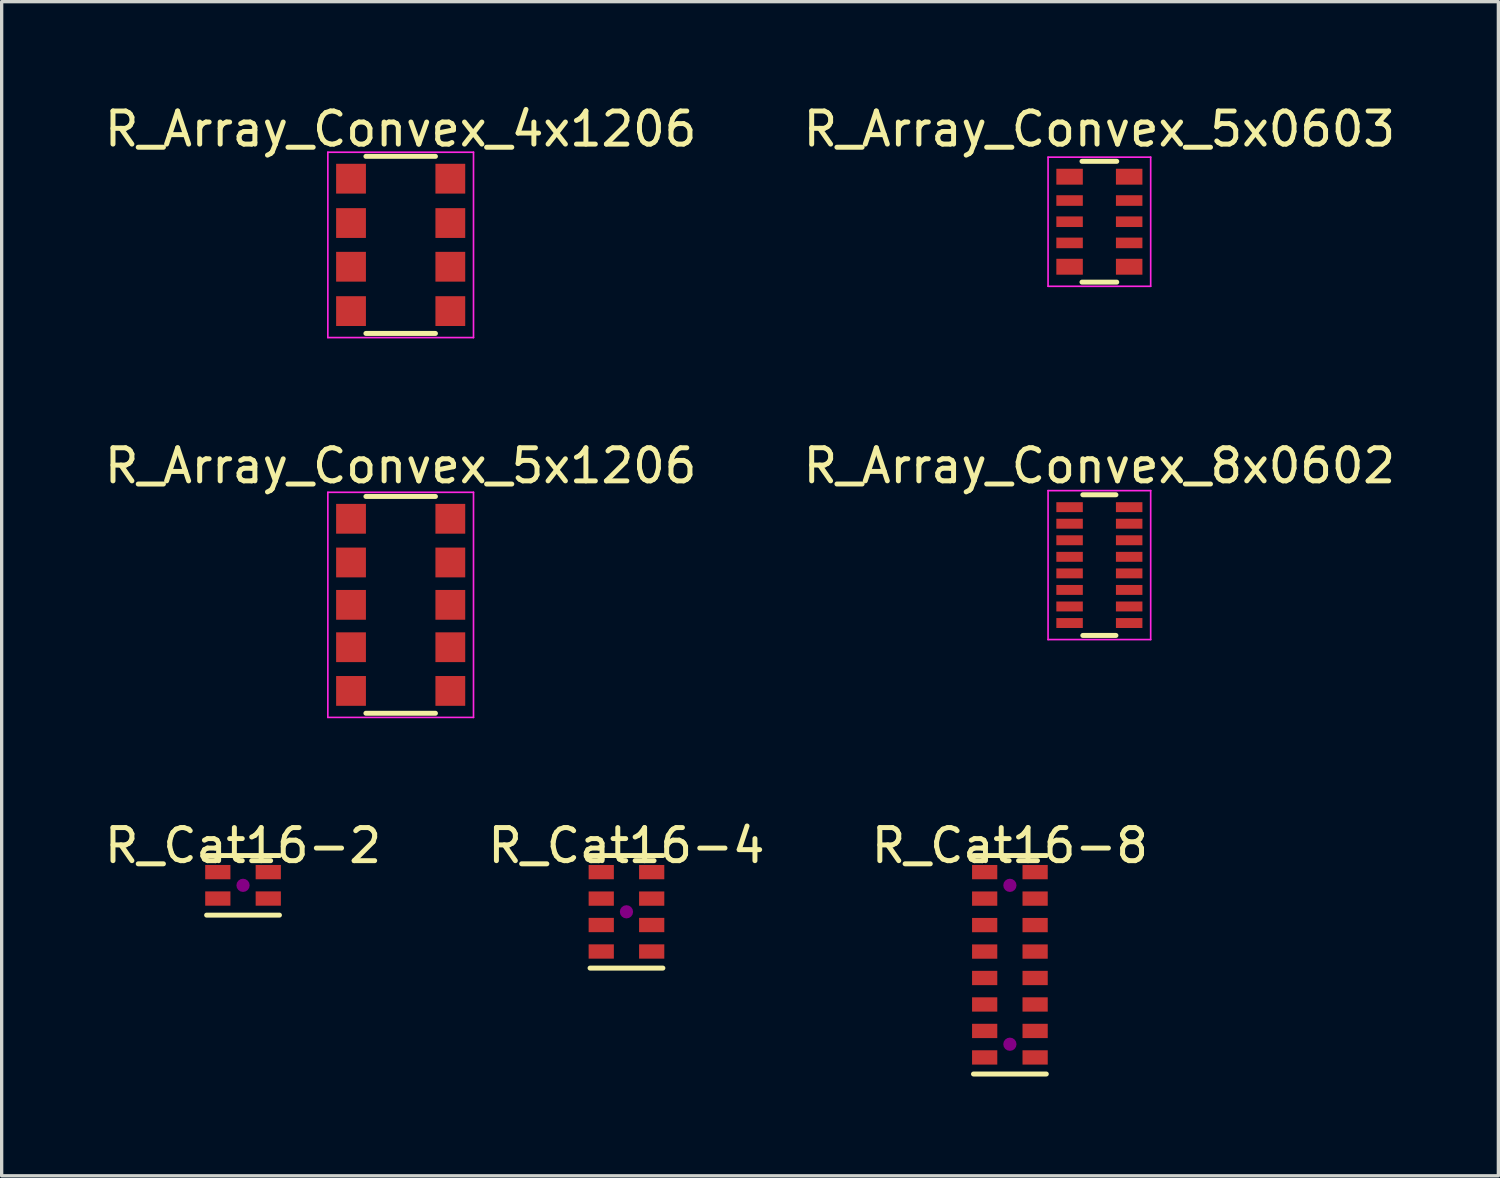
<source format=kicad_pcb>
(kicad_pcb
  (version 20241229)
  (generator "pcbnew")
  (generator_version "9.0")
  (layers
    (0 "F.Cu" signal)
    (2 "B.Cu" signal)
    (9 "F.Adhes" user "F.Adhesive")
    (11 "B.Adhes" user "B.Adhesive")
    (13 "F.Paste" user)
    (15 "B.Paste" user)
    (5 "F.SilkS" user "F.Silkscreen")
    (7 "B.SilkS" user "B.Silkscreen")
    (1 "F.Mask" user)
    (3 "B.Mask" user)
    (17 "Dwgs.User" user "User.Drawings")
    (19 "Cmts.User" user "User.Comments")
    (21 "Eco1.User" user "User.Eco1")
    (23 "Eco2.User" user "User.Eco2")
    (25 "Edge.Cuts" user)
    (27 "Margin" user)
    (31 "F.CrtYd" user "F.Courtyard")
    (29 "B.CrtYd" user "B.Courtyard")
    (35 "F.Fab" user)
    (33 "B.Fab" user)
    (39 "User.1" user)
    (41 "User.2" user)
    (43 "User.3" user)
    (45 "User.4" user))
  (footprint "R_Cat16-2"
    (layer "F.Cu")
    (at 4.292 23.695)
    (property "Reference" "R_Cat16-2" (at 0 -1.2 0) (layer "F.SilkS") (effects (font (size 1 1) (thickness 0.15))))
    (attr through_hole)
    (fp_line (start -1.1 -0.9) (end 1.1 -0.9) (stroke (width 0.15) (type solid)) (layer "F.SilkS"))
    (fp_line (start -1.1 0.9) (end 1.1 0.9) (stroke (width 0.15) (type solid)) (layer "F.SilkS"))
    (fp_circle (center 0 0) (end 0.1 0) (stroke (width 0.2) (type solid)) (fill no) (layer "F.Adhes"))
    (pad "1" smd rect (at 0.762 0.399) (size 0.762 0.432) (layers "F.Cu" "F.Mask" "F.Paste"))
    (pad "2" smd rect (at 0.762 -0.399) (size 0.762 0.432) (layers "F.Cu" "F.Mask" "F.Paste"))
    (pad "3" smd rect (at -0.762 -0.399) (size 0.762 0.432) (layers "F.Cu" "F.Mask" "F.Paste"))
    (pad "4" smd rect (at -0.762 0.399) (size 0.762 0.432) (layers "F.Cu" "F.Mask" "F.Paste")))
  (footprint "R_Array_Convex_5x1206"
    (layer "F.Cu")
    (at 9.054 15.222)
    (property "Reference" "R_Array_Convex_5x1206" (at 0 -4.2 0) (layer "F.SilkS") (effects (font (size 1 1) (thickness 0.15))))
    (attr smd)
    (fp_line (start 1.05 -3.275) (end -1.05 -3.275) (stroke (width 0.15) (type solid)) (layer "F.SilkS"))
    (fp_line (start 1.05 3.275) (end -1.05 3.275) (stroke (width 0.15) (type solid)) (layer "F.SilkS"))
    (fp_line (start -2.2 -3.4) (end -2.2 3.4) (stroke (width 0.05) (type solid)) (layer "F.CrtYd"))
    (fp_line (start -2.2 -3.4) (end 2.2 -3.4) (stroke (width 0.05) (type solid)) (layer "F.CrtYd"))
    (fp_line (start -2.2 3.4) (end 2.2 3.4) (stroke (width 0.05) (type solid)) (layer "F.CrtYd"))
    (fp_line (start 2.2 -3.4) (end 2.2 3.4) (stroke (width 0.05) (type solid)) (layer "F.CrtYd"))
    (pad "1" smd rect (at -1.5 -2.6) (size 0.9 0.9) (layers "F.Cu" "F.Mask" "F.Paste"))
    (pad "2" smd rect (at -1.5 -1.28) (size 0.9 0.9) (layers "F.Cu" "F.Mask" "F.Paste"))
    (pad "3" smd rect (at -1.5 0) (size 0.9 0.9) (layers "F.Cu" "F.Mask" "F.Paste"))
    (pad "4" smd rect (at -1.5 1.28) (size 0.9 0.9) (layers "F.Cu" "F.Mask" "F.Paste"))
    (pad "5" smd rect (at -1.5 2.6) (size 0.9 0.9) (layers "F.Cu" "F.Mask" "F.Paste"))
    (pad "6" smd rect (at 1.5 2.6) (size 0.9 0.9) (layers "F.Cu" "F.Mask" "F.Paste"))
    (pad "7" smd rect (at 1.5 1.28) (size 0.9 0.9) (layers "F.Cu" "F.Mask" "F.Paste"))
    (pad "8" smd rect (at 1.5 0) (size 0.9 0.9) (layers "F.Cu" "F.Mask" "F.Paste"))
    (pad "9" smd rect (at 1.5 -1.28) (size 0.9 0.9) (layers "F.Cu" "F.Mask" "F.Paste"))
    (pad "10" smd rect (at 1.5 -2.6) (size 0.9 0.9) (layers "F.Cu" "F.Mask" "F.Paste")))
  (footprint "R_Array_Convex_8x0602"
    (layer "F.Cu")
    (at 30.161 14.021)
    (property "Reference" "R_Array_Convex_8x0602" (at 0 -3 0) (layer "F.SilkS") (effects (font (size 1 1) (thickness 0.15))))
    (attr smd)
    (fp_line (start 0.5 -2.125) (end -0.5 -2.125) (stroke (width 0.15) (type solid)) (layer "F.SilkS"))
    (fp_line (start 0.5 2.125) (end -0.5 2.125) (stroke (width 0.15) (type solid)) (layer "F.SilkS"))
    (fp_line (start -1.55 -2.25) (end -1.55 2.25) (stroke (width 0.05) (type solid)) (layer "F.CrtYd"))
    (fp_line (start -1.55 -2.25) (end 1.55 -2.25) (stroke (width 0.05) (type solid)) (layer "F.CrtYd"))
    (fp_line (start -1.55 2.25) (end 1.55 2.25) (stroke (width 0.05) (type solid)) (layer "F.CrtYd"))
    (fp_line (start 1.55 -2.25) (end 1.55 2.25) (stroke (width 0.05) (type solid)) (layer "F.CrtYd"))
    (pad "1" smd rect (at -0.9 -1.75) (size 0.8 0.3) (layers "F.Cu" "F.Mask" "F.Paste"))
    (pad "2" smd rect (at -0.9 -1.25) (size 0.8 0.3) (layers "F.Cu" "F.Mask" "F.Paste"))
    (pad "3" smd rect (at -0.9 -0.75) (size 0.8 0.3) (layers "F.Cu" "F.Mask" "F.Paste"))
    (pad "4" smd rect (at -0.9 -0.25) (size 0.8 0.3) (layers "F.Cu" "F.Mask" "F.Paste"))
    (pad "5" smd rect (at -0.9 0.25) (size 0.8 0.3) (layers "F.Cu" "F.Mask" "F.Paste"))
    (pad "6" smd rect (at -0.9 0.75) (size 0.8 0.3) (layers "F.Cu" "F.Mask" "F.Paste"))
    (pad "7" smd rect (at -0.9 1.25) (size 0.8 0.3) (layers "F.Cu" "F.Mask" "F.Paste"))
    (pad "8" smd rect (at -0.9 1.75) (size 0.8 0.3) (layers "F.Cu" "F.Mask" "F.Paste"))
    (pad "9" smd rect (at 0.9 1.75) (size 0.8 0.3) (layers "F.Cu" "F.Mask" "F.Paste"))
    (pad "10" smd rect (at 0.9 1.25) (size 0.8 0.3) (layers "F.Cu" "F.Mask" "F.Paste"))
    (pad "11" smd rect (at 0.9 0.75) (size 0.8 0.3) (layers "F.Cu" "F.Mask" "F.Paste"))
    (pad "12" smd rect (at 0.9 0.25) (size 0.8 0.3) (layers "F.Cu" "F.Mask" "F.Paste"))
    (pad "13" smd rect (at 0.9 -0.25) (size 0.8 0.3) (layers "F.Cu" "F.Mask" "F.Paste"))
    (pad "14" smd rect (at 0.9 -0.75) (size 0.8 0.3) (layers "F.Cu" "F.Mask" "F.Paste"))
    (pad "15" smd rect (at 0.9 -1.25) (size 0.8 0.3) (layers "F.Cu" "F.Mask" "F.Paste"))
    (pad "16" smd rect (at 0.9 -1.75) (size 0.8 0.3) (layers "F.Cu" "F.Mask" "F.Paste")))
  (footprint "R_Cat16-8"
    (layer "F.Cu")
    (at 27.458 26.095)
    (property "Reference" "R_Cat16-8" (at 0 -3.6 0) (layer "F.SilkS") (effects (font (size 1 1) (thickness 0.15))))
    (attr through_hole)
    (fp_line (start -1.1 -3.3) (end 1.1 -3.3) (stroke (width 0.15) (type solid)) (layer "F.SilkS"))
    (fp_line (start -1.1 3.3) (end 1.1 3.3) (stroke (width 0.15) (type solid)) (layer "F.SilkS"))
    (fp_circle (center 0 -2.4) (end 0.1 -2.4) (stroke (width 0.2) (type solid)) (fill no) (layer "F.Adhes"))
    (fp_circle (center 0 2.4) (end 0.1 2.4) (stroke (width 0.2) (type solid)) (fill no) (layer "F.Adhes"))
    (pad "1" smd rect (at 0.762 2.799) (size 0.762 0.432) (layers "F.Cu" "F.Mask" "F.Paste"))
    (pad "2" smd rect (at 0.762 1.999) (size 0.762 0.432) (layers "F.Cu" "F.Mask" "F.Paste"))
    (pad "3" smd rect (at 0.762 1.199) (size 0.762 0.432) (layers "F.Cu" "F.Mask" "F.Paste"))
    (pad "4" smd rect (at 0.762 0.399) (size 0.762 0.432) (layers "F.Cu" "F.Mask" "F.Paste"))
    (pad "5" smd rect (at 0.762 -0.399) (size 0.762 0.432) (layers "F.Cu" "F.Mask" "F.Paste"))
    (pad "6" smd rect (at 0.762 -1.199) (size 0.762 0.432) (layers "F.Cu" "F.Mask" "F.Paste"))
    (pad "7" smd rect (at 0.762 -1.999) (size 0.762 0.432) (layers "F.Cu" "F.Mask" "F.Paste"))
    (pad "8" smd rect (at 0.762 -2.799) (size 0.762 0.432) (layers "F.Cu" "F.Mask" "F.Paste"))
    (pad "9" smd rect (at -0.762 -2.799) (size 0.762 0.432) (layers "F.Cu" "F.Mask" "F.Paste"))
    (pad "10" smd rect (at -0.762 -1.999) (size 0.762 0.432) (layers "F.Cu" "F.Mask" "F.Paste"))
    (pad "11" smd rect (at -0.762 -1.199) (size 0.762 0.432) (layers "F.Cu" "F.Mask" "F.Paste"))
    (pad "12" smd rect (at -0.762 -0.399) (size 0.762 0.432) (layers "F.Cu" "F.Mask" "F.Paste"))
    (pad "13" smd rect (at -0.762 0.399) (size 0.762 0.432) (layers "F.Cu" "F.Mask" "F.Paste"))
    (pad "14" smd rect (at -0.762 1.199) (size 0.762 0.432) (layers "F.Cu" "F.Mask" "F.Paste"))
    (pad "15" smd rect (at -0.762 1.999) (size 0.762 0.432) (layers "F.Cu" "F.Mask" "F.Paste"))
    (pad "16" smd rect (at -0.762 2.799) (size 0.762 0.432) (layers "F.Cu" "F.Mask" "F.Paste")))
  (footprint "R_Array_Convex_5x0603"
    (layer "F.Cu")
    (at 30.161 3.648)
    (property "Reference" "R_Array_Convex_5x0603" (at 0 -2.8 0) (layer "F.SilkS") (effects (font (size 1 1) (thickness 0.15))))
    (attr smd)
    (fp_line (start 0.525 -1.825) (end -0.525 -1.825) (stroke (width 0.15) (type solid)) (layer "F.SilkS"))
    (fp_line (start 0.525 1.825) (end -0.525 1.825) (stroke (width 0.15) (type solid)) (layer "F.SilkS"))
    (fp_line (start -1.55 -1.95) (end -1.55 1.95) (stroke (width 0.05) (type solid)) (layer "F.CrtYd"))
    (fp_line (start -1.55 -1.95) (end 1.55 -1.95) (stroke (width 0.05) (type solid)) (layer "F.CrtYd"))
    (fp_line (start -1.55 1.95) (end 1.55 1.95) (stroke (width 0.05) (type solid)) (layer "F.CrtYd"))
    (fp_line (start 1.55 -1.95) (end 1.55 1.95) (stroke (width 0.05) (type solid)) (layer "F.CrtYd"))
    (pad "1" smd rect (at -0.9 -1.36) (size 0.8 0.48) (layers "F.Cu" "F.Mask" "F.Paste"))
    (pad "2" smd rect (at -0.9 -0.64) (size 0.8 0.32) (layers "F.Cu" "F.Mask" "F.Paste"))
    (pad "3" smd rect (at -0.9 0) (size 0.8 0.32) (layers "F.Cu" "F.Mask" "F.Paste"))
    (pad "4" smd rect (at -0.9 0.64) (size 0.8 0.32) (layers "F.Cu" "F.Mask" "F.Paste"))
    (pad "5" smd rect (at -0.9 1.36) (size 0.8 0.48) (layers "F.Cu" "F.Mask" "F.Paste"))
    (pad "6" smd rect (at 0.9 1.36) (size 0.8 0.48) (layers "F.Cu" "F.Mask" "F.Paste"))
    (pad "7" smd rect (at 0.9 0.64) (size 0.8 0.32) (layers "F.Cu" "F.Mask" "F.Paste"))
    (pad "8" smd rect (at 0.9 0) (size 0.8 0.32) (layers "F.Cu" "F.Mask" "F.Paste"))
    (pad "9" smd rect (at 0.9 -0.64) (size 0.8 0.32) (layers "F.Cu" "F.Mask" "F.Paste"))
    (pad "10" smd rect (at 0.9 -1.36) (size 0.8 0.48) (layers "F.Cu" "F.Mask" "F.Paste")))
  (footprint "R_Array_Convex_4x1206"
    (layer "F.Cu")
    (at 9.054 4.348)
    (property "Reference" "R_Array_Convex_4x1206" (at 0 -3.5 0) (layer "F.SilkS") (effects (font (size 1 1) (thickness 0.15))))
    (attr smd)
    (fp_line (start 1.05 -2.675) (end -1.05 -2.675) (stroke (width 0.15) (type solid)) (layer "F.SilkS"))
    (fp_line (start 1.05 2.675) (end -1.05 2.675) (stroke (width 0.15) (type solid)) (layer "F.SilkS"))
    (fp_line (start -2.2 -2.8) (end -2.2 2.8) (stroke (width 0.05) (type solid)) (layer "F.CrtYd"))
    (fp_line (start -2.2 -2.8) (end 2.2 -2.8) (stroke (width 0.05) (type solid)) (layer "F.CrtYd"))
    (fp_line (start -2.2 2.8) (end 2.2 2.8) (stroke (width 0.05) (type solid)) (layer "F.CrtYd"))
    (fp_line (start 2.2 -2.8) (end 2.2 2.8) (stroke (width 0.05) (type solid)) (layer "F.CrtYd"))
    (pad "1" smd rect (at -1.5 -2) (size 0.9 0.9) (layers "F.Cu" "F.Mask" "F.Paste"))
    (pad "2" smd rect (at -1.5 -0.66) (size 0.9 0.9) (layers "F.Cu" "F.Mask" "F.Paste"))
    (pad "3" smd rect (at -1.5 0.66) (size 0.9 0.9) (layers "F.Cu" "F.Mask" "F.Paste"))
    (pad "4" smd rect (at -1.5 2) (size 0.9 0.9) (layers "F.Cu" "F.Mask" "F.Paste"))
    (pad "5" smd rect (at 1.5 2) (size 0.9 0.9) (layers "F.Cu" "F.Mask" "F.Paste"))
    (pad "6" smd rect (at 1.5 0.66) (size 0.9 0.9) (layers "F.Cu" "F.Mask" "F.Paste"))
    (pad "7" smd rect (at 1.5 -0.66) (size 0.9 0.9) (layers "F.Cu" "F.Mask" "F.Paste"))
    (pad "8" smd rect (at 1.5 -2) (size 0.9 0.9) (layers "F.Cu" "F.Mask" "F.Paste")))
  (footprint "R_Cat16-4"
    (layer "F.Cu")
    (at 15.875 24.495)
    (property "Reference" "R_Cat16-4" (at 0 -2 0) (layer "F.SilkS") (effects (font (size 1 1) (thickness 0.15))))
    (attr through_hole)
    (fp_line (start -1.1 -1.7) (end 1.1 -1.7) (stroke (width 0.15) (type solid)) (layer "F.SilkS"))
    (fp_line (start -1.1 1.7) (end 1.1 1.7) (stroke (width 0.15) (type solid)) (layer "F.SilkS"))
    (fp_circle (center 0 0) (end 0.1 0) (stroke (width 0.2) (type solid)) (fill no) (layer "F.Adhes"))
    (pad "1" smd rect (at 0.762 1.199) (size 0.762 0.432) (layers "F.Cu" "F.Mask" "F.Paste"))
    (pad "2" smd rect (at 0.762 0.399) (size 0.762 0.432) (layers "F.Cu" "F.Mask" "F.Paste"))
    (pad "3" smd rect (at 0.762 -0.399) (size 0.762 0.432) (layers "F.Cu" "F.Mask" "F.Paste"))
    (pad "4" smd rect (at 0.762 -1.199) (size 0.762 0.432) (layers "F.Cu" "F.Mask" "F.Paste"))
    (pad "5" smd rect (at -0.762 -1.199) (size 0.762 0.432) (layers "F.Cu" "F.Mask" "F.Paste"))
    (pad "6" smd rect (at -0.762 -0.399) (size 0.762 0.432) (layers "F.Cu" "F.Mask" "F.Paste"))
    (pad "7" smd rect (at -0.762 0.399) (size 0.762 0.432) (layers "F.Cu" "F.Mask" "F.Paste"))
    (pad "8" smd rect (at -0.762 1.199) (size 0.762 0.432) (layers "F.Cu" "F.Mask" "F.Paste")))
  (gr_rect
    (start -3 -3)
    (end 42.214 32.47)
    (stroke (width 0.1) (type default))
    (fill no)
    (layer "Edge.Cuts")))
</source>
